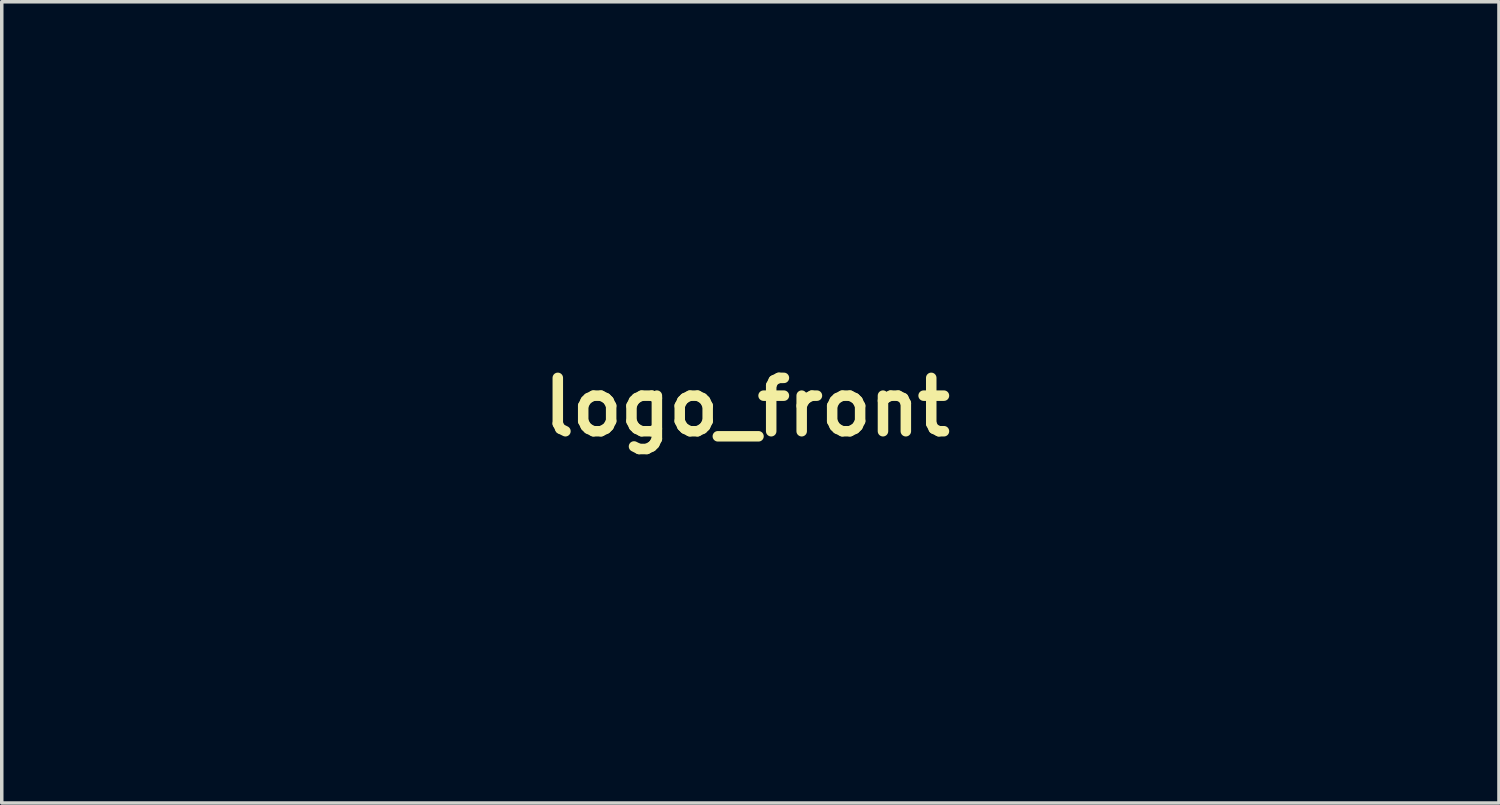
<source format=kicad_pcb>
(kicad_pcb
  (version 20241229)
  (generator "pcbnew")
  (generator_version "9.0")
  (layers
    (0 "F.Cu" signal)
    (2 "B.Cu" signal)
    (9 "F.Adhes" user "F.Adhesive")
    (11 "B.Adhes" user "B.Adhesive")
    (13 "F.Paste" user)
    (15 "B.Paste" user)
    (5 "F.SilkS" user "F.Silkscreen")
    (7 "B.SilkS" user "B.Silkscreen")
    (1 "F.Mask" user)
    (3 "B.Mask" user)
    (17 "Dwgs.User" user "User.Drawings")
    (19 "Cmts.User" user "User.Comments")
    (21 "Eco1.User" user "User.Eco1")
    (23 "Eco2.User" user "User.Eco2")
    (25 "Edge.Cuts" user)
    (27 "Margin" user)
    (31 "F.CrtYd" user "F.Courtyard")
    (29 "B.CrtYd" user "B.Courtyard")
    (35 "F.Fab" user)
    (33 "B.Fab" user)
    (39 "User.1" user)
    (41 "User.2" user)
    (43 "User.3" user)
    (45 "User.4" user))
  (footprint "logo_front"
    (layer "F.Cu")
    (at 18.291 8.579)
    (property "Reference" "logo_front" (at 0 0 0) (layer "F.SilkS") (effects (font (size 1.524 1.524) (thickness 0.3))))
    (attr through_hole)
    (fp_poly (pts (xy 3.683 0.508) (xy 2.836 0.508) (xy 2.836 -3.514) (xy 3.683 -3.514) (xy 3.683 0.508)) (stroke (width 0.01) (type solid)) (fill yes) (layer "F.Mask"))
    (fp_poly (pts (xy 16.341 2.286) (xy 12.319 2.286) (xy 12.319 1.439) (xy 16.341 1.439) (xy 16.341 2.286)) (stroke (width 0.01) (type solid)) (fill yes) (layer "F.Mask"))
    (fp_poly (pts (xy 16.341 3.852) (xy 12.319 3.852) (xy 12.319 3.006) (xy 16.341 3.006) (xy 16.341 3.852)) (stroke (width 0.01) (type solid)) (fill yes) (layer "F.Mask"))
    (fp_poly (pts (xy 16.341 5.461) (xy 12.319 5.461) (xy 12.319 4.614) (xy 16.341 4.614) (xy 16.341 5.461)) (stroke (width 0.01) (type solid)) (fill yes) (layer "F.Mask"))
    (fp_poly (pts (xy 6.308 8.001) (xy 7.154 8.001) (xy 7.154 8.297) (xy 6.011 8.297) (xy 6.011 7.154) (xy 6.308 7.154) (xy 6.308 8.001)) (stroke (width 0.01) (type solid)) (fill yes) (layer "F.Mask"))
    (fp_poly (pts (xy -3.281 2.265) (xy -4.879 2.276) (xy -6.477 2.287) (xy -6.477 3.005) (xy -4.879 3.016) (xy -3.281 3.027) (xy -3.269 3.439) (xy -3.257 3.851) (xy -6.456 3.873) (xy -6.467 4.667) (xy -6.479 5.461) (xy -7.324 5.461) (xy -7.324 1.439) (xy -3.257 1.439) (xy -3.281 2.265)) (stroke (width 0.01) (type solid)) (fill yes) (layer "F.Mask"))
    (fp_poly (pts (xy -6.994 7.159) (xy -6.957 7.187) (xy -6.944 7.261) (xy -6.943 7.366) (xy -6.943 7.578) (xy -6.35 7.578) (xy -6.35 7.154) (xy -6.054 7.154) (xy -6.054 8.297) (xy -6.35 8.297) (xy -6.35 7.874) (xy -6.943 7.874) (xy -6.943 8.086) (xy -6.945 8.211) (xy -6.963 8.273) (xy -7.007 8.295) (xy -7.07 8.297) (xy -7.197 8.297) (xy -7.197 7.154) (xy -7.07 7.154) (xy -6.994 7.159)) (stroke (width 0.01) (type solid)) (fill yes) (layer "F.Mask"))
    (fp_poly (pts (xy 10.163 7.161) (xy 10.229 7.189) (xy 10.303 7.249) (xy 10.402 7.353) (xy 10.526 7.498) (xy 10.816 7.842) (xy 10.828 7.498) (xy 10.841 7.154) (xy 11.091 7.154) (xy 11.091 8.297) (xy 10.966 8.297) (xy 10.899 8.287) (xy 10.827 8.247) (xy 10.738 8.168) (xy 10.618 8.037) (xy 10.553 7.964) (xy 10.266 7.63) (xy 10.254 7.964) (xy 10.241 8.297) (xy 9.948 8.297) (xy 9.948 7.154) (xy 10.092 7.154) (xy 10.163 7.161)) (stroke (width 0.01) (type solid)) (fill yes) (layer "F.Mask"))
    (fp_poly (pts (xy 8.382 0.508) (xy 7.499 0.508) (xy 6.364 -0.823) (xy 6.119 -1.109) (xy 5.891 -1.374) (xy 5.685 -1.612) (xy 5.508 -1.815) (xy 5.365 -1.976) (xy 5.262 -2.09) (xy 5.205 -2.149) (xy 5.196 -2.156) (xy 5.189 -2.116) (xy 5.182 -2.002) (xy 5.175 -1.823) (xy 5.17 -1.589) (xy 5.167 -1.311) (xy 5.165 -0.999) (xy 5.165 -0.826) (xy 5.165 0.508) (xy 4.318 0.508) (xy 4.318 -3.514) (xy 4.752 -3.513) (xy 5.186 -3.513) (xy 7.472 -0.841) (xy 7.483 -2.177) (xy 7.494 -3.514) (xy 8.382 -3.514) (xy 8.382 0.508)) (stroke (width 0.01) (type solid)) (fill yes) (layer "F.Mask"))
    (fp_poly (pts (xy -3.048 7.583) (xy -2.801 7.369) (xy -2.669 7.258) (xy -2.571 7.194) (xy -2.483 7.163) (xy -2.378 7.155) (xy -2.348 7.154) (xy -2.141 7.154) (xy -2.45 7.436) (xy -2.759 7.718) (xy -2.448 8.006) (xy -2.138 8.293) (xy -2.351 8.295) (xy -2.468 8.292) (xy -2.554 8.271) (xy -2.636 8.217) (xy -2.74 8.118) (xy -2.773 8.086) (xy -2.881 7.981) (xy -2.967 7.905) (xy -3.014 7.874) (xy -3.015 7.874) (xy -3.034 7.912) (xy -3.046 8.009) (xy -3.048 8.086) (xy -3.048 8.297) (xy -3.344 8.297) (xy -3.344 7.154) (xy -3.048 7.154) (xy -3.048 7.583)) (stroke (width 0.01) (type solid)) (fill yes) (layer "F.Mask"))
    (fp_poly (pts (xy 12.89 7.98) (xy 13.141 7.993) (xy 13.311 7.992) (xy 13.406 7.969) (xy 13.426 7.95) (xy 13.442 7.885) (xy 13.454 7.758) (xy 13.461 7.593) (xy 13.461 7.525) (xy 13.462 7.154) (xy 13.716 7.154) (xy 13.716 7.615) (xy 13.712 7.864) (xy 13.695 8.041) (xy 13.655 8.159) (xy 13.581 8.23) (xy 13.464 8.267) (xy 13.296 8.283) (xy 13.201 8.286) (xy 13.026 8.285) (xy 12.874 8.274) (xy 12.772 8.256) (xy 12.758 8.25) (xy 12.679 8.19) (xy 12.624 8.095) (xy 12.591 7.951) (xy 12.575 7.745) (xy 12.573 7.576) (xy 12.573 7.154) (xy 12.866 7.154) (xy 12.89 7.98)) (stroke (width 0.01) (type solid)) (fill yes) (layer "F.Mask"))
    (fp_poly (pts (xy -3.471 7.408) (xy -3.868 7.408) (xy -4.081 7.412) (xy -4.223 7.43) (xy -4.307 7.471) (xy -4.347 7.545) (xy -4.356 7.662) (xy -4.352 7.754) (xy -4.339 7.98) (xy -3.905 7.992) (xy -3.471 8.004) (xy -3.471 8.297) (xy -3.905 8.295) (xy -4.097 8.29) (xy -4.264 8.28) (xy -4.384 8.267) (xy -4.425 8.257) (xy -4.529 8.193) (xy -4.594 8.088) (xy -4.635 7.926) (xy -4.649 7.737) (xy -4.635 7.543) (xy -4.597 7.372) (xy -4.54 7.252) (xy -4.525 7.234) (xy -4.479 7.199) (xy -4.415 7.176) (xy -4.315 7.162) (xy -4.164 7.156) (xy -3.958 7.154) (xy -3.471 7.154) (xy -3.471 7.408)) (stroke (width 0.01) (type solid)) (fill yes) (layer "F.Mask"))
    (fp_poly (pts (xy -2.498 0.508) (xy -3.344 0.508) (xy -3.349 -1.63) (xy -3.886 -0.561) (xy -4.423 0.508) (xy -5.37 0.508) (xy -6.456 -1.605) (xy -6.467 -0.548) (xy -6.478 0.508) (xy -7.324 0.508) (xy -7.324 -3.514) (xy -6.454 -3.514) (xy -5.693 -2.012) (xy -5.526 -1.683) (xy -5.37 -1.379) (xy -5.229 -1.108) (xy -5.108 -0.878) (xy -5.012 -0.697) (xy -4.943 -0.572) (xy -4.907 -0.513) (xy -4.903 -0.509) (xy -4.878 -0.545) (xy -4.82 -0.649) (xy -4.732 -0.813) (xy -4.619 -1.028) (xy -4.485 -1.286) (xy -4.334 -1.58) (xy -4.17 -1.901) (xy -4.12 -2) (xy -3.365 -3.493) (xy -2.932 -3.505) (xy -2.498 -3.517) (xy -2.498 0.508)) (stroke (width 0.01) (type solid)) (fill yes) (layer "F.Mask"))
    (fp_poly (pts (xy 9.779 7.408) (xy 9.356 7.408) (xy 9.163 7.409) (xy 9.04 7.415) (xy 8.97 7.428) (xy 8.94 7.451) (xy 8.932 7.488) (xy 8.932 7.493) (xy 8.938 7.532) (xy 8.966 7.556) (xy 9.031 7.57) (xy 9.148 7.576) (xy 9.333 7.578) (xy 9.356 7.578) (xy 9.779 7.578) (xy 9.779 7.874) (xy 9.356 7.874) (xy 9.158 7.876) (xy 9.032 7.884) (xy 8.962 7.899) (xy 8.934 7.924) (xy 8.932 7.938) (xy 8.946 7.967) (xy 8.998 7.986) (xy 9.1 7.997) (xy 9.268 8.001) (xy 9.356 8.001) (xy 9.779 8.001) (xy 9.779 8.297) (xy 8.636 8.297) (xy 8.636 7.154) (xy 9.779 7.154) (xy 9.779 7.408)) (stroke (width 0.01) (type solid)) (fill yes) (layer "F.Mask"))
    (fp_poly (pts (xy 4.191 7.408) (xy 3.747 7.408) (xy 3.548 7.409) (xy 3.42 7.414) (xy 3.346 7.426) (xy 3.312 7.448) (xy 3.302 7.482) (xy 3.302 7.493) (xy 3.308 7.531) (xy 3.334 7.555) (xy 3.397 7.569) (xy 3.51 7.576) (xy 3.689 7.578) (xy 3.749 7.578) (xy 4.196 7.578) (xy 4.183 7.715) (xy 4.17 7.853) (xy 3.736 7.865) (xy 3.534 7.873) (xy 3.403 7.885) (xy 3.331 7.903) (xy 3.303 7.929) (xy 3.302 7.939) (xy 3.317 7.967) (xy 3.37 7.986) (xy 3.474 7.996) (xy 3.644 8.001) (xy 3.747 8.001) (xy 4.191 8.001) (xy 4.191 8.297) (xy 3.048 8.297) (xy 3.048 7.154) (xy 4.191 7.154) (xy 4.191 7.408)) (stroke (width 0.01) (type solid)) (fill yes) (layer "F.Mask"))
    (fp_poly (pts (xy 11.684 5.461) (xy 10.796 5.461) (xy 10.785 4.423) (xy 10.774 3.384) (xy 10.245 4.422) (xy 9.716 5.459) (xy 8.78 5.461) (xy 7.707 3.365) (xy 7.706 4.413) (xy 7.705 5.461) (xy 6.816 5.461) (xy 6.816 1.439) (xy 7.699 1.439) (xy 8.468 2.945) (xy 8.636 3.273) (xy 8.793 3.575) (xy 8.934 3.844) (xy 9.055 4.071) (xy 9.152 4.248) (xy 9.221 4.369) (xy 9.257 4.424) (xy 9.261 4.427) (xy 9.285 4.385) (xy 9.343 4.276) (xy 9.431 4.108) (xy 9.544 3.889) (xy 9.678 3.628) (xy 9.83 3.333) (xy 9.994 3.012) (xy 10.035 2.932) (xy 10.784 1.46) (xy 11.234 1.448) (xy 11.684 1.436) (xy 11.684 5.461)) (stroke (width 0.01) (type solid)) (fill yes) (layer "F.Mask"))
    (fp_poly (pts (xy 16.341 7.405) (xy 15.928 7.417) (xy 15.515 7.429) (xy 15.515 7.98) (xy 15.801 7.992) (xy 16.087 8.005) (xy 16.087 7.834) (xy 16.092 7.724) (xy 16.118 7.675) (xy 16.184 7.663) (xy 16.214 7.662) (xy 16.341 7.662) (xy 16.341 8.297) (xy 15.907 8.294) (xy 15.714 8.289) (xy 15.546 8.277) (xy 15.424 8.26) (xy 15.382 8.248) (xy 15.293 8.177) (xy 15.235 8.059) (xy 15.205 7.881) (xy 15.198 7.68) (xy 15.201 7.51) (xy 15.215 7.401) (xy 15.245 7.326) (xy 15.298 7.262) (xy 15.302 7.258) (xy 15.353 7.213) (xy 15.409 7.183) (xy 15.488 7.165) (xy 15.608 7.157) (xy 15.789 7.154) (xy 15.873 7.154) (xy 16.341 7.154) (xy 16.341 7.405)) (stroke (width 0.01) (type solid)) (fill yes) (layer "F.Mask"))
    (fp_poly (pts (xy -0.018 7.156) (xy 0.129 7.162) (xy 0.225 7.176) (xy 0.288 7.2) (xy 0.335 7.235) (xy 0.339 7.239) (xy 0.401 7.352) (xy 0.424 7.504) (xy 0.402 7.654) (xy 0.381 7.706) (xy 0.297 7.78) (xy 0.147 7.836) (xy -0.055 7.868) (xy -0.201 7.874) (xy -0.423 7.874) (xy -0.423 8.297) (xy -0.72 8.297) (xy -0.72 7.493) (xy -0.423 7.493) (xy -0.415 7.539) (xy -0.376 7.565) (xy -0.289 7.575) (xy -0.151 7.578) (xy -0.001 7.571) (xy 0.108 7.552) (xy 0.151 7.531) (xy 0.151 7.473) (xy 0.072 7.432) (xy -0.082 7.412) (xy -0.18 7.409) (xy -0.318 7.412) (xy -0.392 7.426) (xy -0.42 7.459) (xy -0.423 7.493) (xy -0.72 7.493) (xy -0.72 7.154) (xy -0.233 7.154) (xy -0.018 7.156)) (stroke (width 0.01) (type solid)) (fill yes) (layer "F.Mask"))
    (fp_poly (pts (xy 8.016 7.155) (xy 8.158 7.16) (xy 8.249 7.172) (xy 8.307 7.194) (xy 8.35 7.23) (xy 8.379 7.266) (xy 8.425 7.339) (xy 8.451 7.43) (xy 8.464 7.562) (xy 8.467 7.727) (xy 8.463 7.934) (xy 8.442 8.081) (xy 8.393 8.179) (xy 8.302 8.239) (xy 8.158 8.271) (xy 7.948 8.286) (xy 7.814 8.29) (xy 7.324 8.305) (xy 7.324 7.408) (xy 7.62 7.408) (xy 7.62 8.001) (xy 7.89 8.001) (xy 8.039 7.998) (xy 8.124 7.985) (xy 8.166 7.954) (xy 8.186 7.906) (xy 8.211 7.732) (xy 8.197 7.569) (xy 8.169 7.49) (xy 8.127 7.443) (xy 8.053 7.417) (xy 7.924 7.409) (xy 7.873 7.408) (xy 7.62 7.408) (xy 7.324 7.408) (xy 7.324 7.154) (xy 7.807 7.154) (xy 8.016 7.155)) (stroke (width 0.01) (type solid)) (fill yes) (layer "F.Mask"))
    (fp_poly (pts (xy 2.879 7.408) (xy 2.485 7.408) (xy 2.269 7.414) (xy 2.118 7.431) (xy 2.042 7.458) (xy 2.04 7.459) (xy 2.009 7.533) (xy 1.992 7.656) (xy 1.991 7.793) (xy 2.008 7.911) (xy 2.015 7.934) (xy 2.042 7.966) (xy 2.103 7.986) (xy 2.214 7.997) (xy 2.389 8.001) (xy 2.46 8.001) (xy 2.879 8.001) (xy 2.879 8.297) (xy 2.445 8.295) (xy 2.252 8.29) (xy 2.083 8.28) (xy 1.961 8.265) (xy 1.918 8.255) (xy 1.835 8.203) (xy 1.78 8.116) (xy 1.749 7.981) (xy 1.736 7.782) (xy 1.736 7.694) (xy 1.738 7.514) (xy 1.749 7.398) (xy 1.772 7.323) (xy 1.814 7.266) (xy 1.834 7.246) (xy 1.885 7.206) (xy 1.946 7.179) (xy 2.035 7.164) (xy 2.171 7.156) (xy 2.371 7.154) (xy 2.405 7.154) (xy 2.879 7.154) (xy 2.879 7.408)) (stroke (width 0.01) (type solid)) (fill yes) (layer "F.Mask"))
    (fp_poly (pts (xy -0.847 7.405) (xy -1.281 7.417) (xy -1.482 7.425) (xy -1.612 7.437) (xy -1.684 7.454) (xy -1.713 7.48) (xy -1.714 7.493) (xy -1.692 7.531) (xy -1.616 7.555) (xy -1.471 7.567) (xy -1.46 7.567) (xy -1.226 7.585) (xy -1.064 7.619) (xy -0.962 7.678) (xy -0.908 7.77) (xy -0.889 7.901) (xy -0.889 7.934) (xy -0.898 8.063) (xy -0.934 8.156) (xy -1.007 8.218) (xy -1.131 8.258) (xy -1.316 8.28) (xy -1.549 8.29) (xy -2.032 8.305) (xy -2.032 8.004) (xy -1.602 7.992) (xy -1.381 7.98) (xy -1.233 7.962) (xy -1.159 7.939) (xy -1.162 7.914) (xy -1.243 7.89) (xy -1.406 7.869) (xy -1.486 7.863) (xy -1.711 7.837) (xy -1.863 7.791) (xy -1.956 7.716) (xy -2 7.603) (xy -2.009 7.488) (xy -1.998 7.362) (xy -1.959 7.271) (xy -1.88 7.211) (xy -1.749 7.175) (xy -1.556 7.158) (xy -1.329 7.154) (xy -0.847 7.154) (xy -0.847 7.405)) (stroke (width 0.01) (type solid)) (fill yes) (layer "F.Mask"))
    (fp_poly (pts (xy -4.959 7.657) (xy -4.875 7.853) (xy -4.802 8.025) (xy -4.747 8.155) (xy -4.717 8.227) (xy -4.715 8.231) (xy -4.716 8.277) (xy -4.775 8.295) (xy -4.836 8.297) (xy -4.949 8.282) (xy -5.014 8.223) (xy -5.03 8.191) (xy -5.065 8.132) (xy -5.119 8.1) (xy -5.214 8.088) (xy -5.332 8.086) (xy -5.475 8.089) (xy -5.554 8.103) (xy -5.594 8.137) (xy -5.613 8.191) (xy -5.644 8.262) (xy -5.708 8.292) (xy -5.802 8.297) (xy -5.965 8.297) (xy -5.906 8.16) (xy -5.778 7.858) (xy -5.737 7.765) (xy -5.404 7.765) (xy -5.355 7.788) (xy -5.319 7.789) (xy -5.25 7.783) (xy -5.235 7.746) (xy -5.262 7.663) (xy -5.305 7.58) (xy -5.345 7.579) (xy -5.385 7.661) (xy -5.396 7.694) (xy -5.404 7.765) (xy -5.737 7.765) (xy -5.677 7.625) (xy -5.598 7.452) (xy -5.537 7.33) (xy -5.488 7.249) (xy -5.445 7.201) (xy -5.404 7.176) (xy -5.359 7.166) (xy -5.327 7.163) (xy -5.176 7.15) (xy -4.959 7.657)) (stroke (width 0.01) (type solid)) (fill yes) (layer "F.Mask"))
    (fp_poly (pts (xy 1.42 7.701) (xy 1.505 7.896) (xy 1.576 8.064) (xy 1.626 8.189) (xy 1.65 8.256) (xy 1.651 8.262) (xy 1.614 8.285) (xy 1.522 8.297) (xy 1.504 8.297) (xy 1.398 8.286) (xy 1.347 8.24) (xy 1.33 8.191) (xy 1.309 8.134) (xy 1.268 8.102) (xy 1.187 8.088) (xy 1.043 8.086) (xy 1.037 8.086) (xy 0.891 8.088) (xy 0.808 8.101) (xy 0.766 8.132) (xy 0.745 8.189) (xy 0.745 8.191) (xy 0.71 8.265) (xy 0.64 8.294) (xy 0.571 8.297) (xy 0.473 8.288) (xy 0.425 8.266) (xy 0.423 8.261) (xy 0.439 8.211) (xy 0.484 8.098) (xy 0.55 7.94) (xy 0.631 7.75) (xy 0.641 7.727) (xy 0.942 7.727) (xy 0.949 7.775) (xy 1.017 7.789) (xy 1.037 7.789) (xy 1.117 7.783) (xy 1.143 7.77) (xy 1.127 7.722) (xy 1.093 7.641) (xy 1.043 7.531) (xy 0.988 7.628) (xy 0.942 7.727) (xy 0.641 7.727) (xy 0.653 7.7) (xy 0.883 7.176) (xy 1.189 7.176) (xy 1.42 7.701)) (stroke (width 0.01) (type solid)) (fill yes) (layer "F.Mask"))
    (fp_poly (pts (xy 0.815 -3.08) (xy 1.086 -2.459) (xy 1.333 -1.89) (xy 1.556 -1.375) (xy 1.753 -0.918) (xy 1.924 -0.522) (xy 2.066 -0.188) (xy 2.178 0.08) (xy 2.261 0.278) (xy 2.311 0.405) (xy 2.328 0.458) (xy 2.328 0.458) (xy 2.306 0.482) (xy 2.231 0.497) (xy 2.094 0.502) (xy 1.884 0.499) (xy 1.878 0.499) (xy 1.428 0.487) (xy 0.81 -0.942) (xy 0.669 -1.267) (xy 0.538 -1.565) (xy 0.421 -1.83) (xy 0.322 -2.051) (xy 0.244 -2.22) (xy 0.192 -2.329) (xy 0.17 -2.37) (xy 0.17 -2.37) (xy 0.149 -2.332) (xy 0.098 -2.225) (xy 0.022 -2.058) (xy -0.076 -1.838) (xy -0.192 -1.575) (xy -0.322 -1.278) (xy -0.463 -0.954) (xy -0.468 -0.941) (xy -1.084 0.487) (xy -1.558 0.499) (xy -2.032 0.511) (xy -1.934 0.287) (xy -1.897 0.202) (xy -1.83 0.049) (xy -1.737 -0.164) (xy -1.623 -0.428) (xy -1.49 -0.734) (xy -1.343 -1.072) (xy -1.186 -1.434) (xy -1.06 -1.725) (xy -0.284 -3.514) (xy 0.626 -3.514) (xy 0.815 -3.08)) (stroke (width 0.01) (type solid)) (fill yes) (layer "F.Mask"))
    (fp_poly (pts (xy 11.994 7.157) (xy 12.169 7.171) (xy 12.284 7.209) (xy 12.352 7.28) (xy 12.386 7.396) (xy 12.397 7.567) (xy 12.398 7.718) (xy 12.395 7.928) (xy 12.379 8.077) (xy 12.335 8.176) (xy 12.253 8.236) (xy 12.12 8.269) (xy 11.922 8.284) (xy 11.743 8.29) (xy 11.261 8.305) (xy 11.261 7.938) (xy 11.557 7.938) (xy 11.57 7.973) (xy 11.622 7.992) (xy 11.728 7.996) (xy 11.843 7.992) (xy 11.989 7.98) (xy 12.087 7.96) (xy 12.118 7.938) (xy 12.074 7.914) (xy 11.969 7.894) (xy 11.833 7.883) (xy 11.681 7.879) (xy 11.597 7.888) (xy 11.562 7.913) (xy 11.557 7.938) (xy 11.261 7.938) (xy 11.261 7.493) (xy 11.557 7.493) (xy 11.566 7.539) (xy 11.604 7.565) (xy 11.691 7.575) (xy 11.83 7.578) (xy 11.98 7.571) (xy 12.089 7.552) (xy 12.131 7.531) (xy 12.132 7.473) (xy 12.053 7.432) (xy 11.899 7.412) (xy 11.8 7.409) (xy 11.662 7.412) (xy 11.589 7.426) (xy 11.561 7.459) (xy 11.557 7.493) (xy 11.261 7.493) (xy 11.261 7.154) (xy 11.748 7.154) (xy 11.994 7.157)) (stroke (width 0.01) (type solid)) (fill yes) (layer "F.Mask"))
    (fp_poly (pts (xy 5.472 7.157) (xy 5.591 7.166) (xy 5.668 7.188) (xy 5.724 7.227) (xy 5.75 7.252) (xy 5.796 7.312) (xy 5.824 7.386) (xy 5.837 7.496) (xy 5.842 7.663) (xy 5.842 7.713) (xy 5.836 7.94) (xy 5.81 8.097) (xy 5.751 8.196) (xy 5.646 8.253) (xy 5.484 8.281) (xy 5.318 8.291) (xy 5.141 8.297) (xy 5.026 8.294) (xy 4.95 8.276) (xy 4.89 8.237) (xy 4.823 8.174) (xy 4.759 8.106) (xy 4.721 8.046) (xy 4.703 7.97) (xy 4.699 7.855) (xy 4.7 7.827) (xy 4.998 7.827) (xy 5.015 7.929) (xy 5.067 7.98) (xy 5.17 7.999) (xy 5.286 8.001) (xy 5.439 7.995) (xy 5.526 7.973) (xy 5.562 7.934) (xy 5.585 7.821) (xy 5.587 7.684) (xy 5.571 7.554) (xy 5.539 7.466) (xy 5.528 7.454) (xy 5.449 7.426) (xy 5.317 7.415) (xy 5.242 7.417) (xy 5.016 7.429) (xy 5.004 7.657) (xy 4.998 7.827) (xy 4.7 7.827) (xy 4.705 7.679) (xy 4.72 7.466) (xy 4.754 7.32) (xy 4.819 7.228) (xy 4.931 7.178) (xy 5.102 7.158) (xy 5.289 7.154) (xy 5.472 7.157)) (stroke (width 0.01) (type solid)) (fill yes) (layer "F.Mask"))
    (fp_poly (pts (xy 14.587 7.156) (xy 14.734 7.162) (xy 14.83 7.176) (xy 14.893 7.2) (xy 14.94 7.235) (xy 14.944 7.239) (xy 15.016 7.359) (xy 15.032 7.501) (xy 15.001 7.641) (xy 14.928 7.757) (xy 14.821 7.825) (xy 14.764 7.833) (xy 14.725 7.842) (xy 14.731 7.873) (xy 14.786 7.937) (xy 14.898 8.043) (xy 14.922 8.065) (xy 15.177 8.295) (xy 14.965 8.296) (xy 14.849 8.291) (xy 14.758 8.268) (xy 14.665 8.214) (xy 14.544 8.117) (xy 14.506 8.085) (xy 14.384 7.984) (xy 14.284 7.91) (xy 14.225 7.875) (xy 14.221 7.874) (xy 14.198 7.912) (xy 14.184 8.009) (xy 14.182 8.086) (xy 14.182 8.297) (xy 13.885 8.297) (xy 13.885 7.493) (xy 14.182 7.493) (xy 14.19 7.539) (xy 14.229 7.565) (xy 14.316 7.575) (xy 14.454 7.578) (xy 14.604 7.571) (xy 14.713 7.552) (xy 14.756 7.531) (xy 14.756 7.473) (xy 14.677 7.432) (xy 14.523 7.412) (xy 14.425 7.409) (xy 14.287 7.412) (xy 14.213 7.426) (xy 14.185 7.459) (xy 14.182 7.493) (xy 13.885 7.493) (xy 13.885 7.154) (xy 14.372 7.154) (xy 14.587 7.156)) (stroke (width 0.01) (type solid)) (fill yes) (layer "F.Mask"))
    (fp_poly (pts (xy 5.478 3.375) (xy 5.644 3.757) (xy 5.8 4.118) (xy 5.942 4.449) (xy 6.068 4.742) (xy 6.174 4.99) (xy 6.257 5.185) (xy 6.313 5.319) (xy 6.339 5.385) (xy 6.34 5.388) (xy 6.343 5.421) (xy 6.32 5.442) (xy 6.258 5.453) (xy 6.143 5.456) (xy 5.96 5.453) (xy 5.901 5.452) (xy 5.441 5.44) (xy 4.861 4.106) (xy 4.722 3.787) (xy 4.592 3.489) (xy 4.474 3.221) (xy 4.374 2.993) (xy 4.296 2.816) (xy 4.244 2.7) (xy 4.225 2.658) (xy 4.21 2.631) (xy 4.192 2.621) (xy 4.17 2.634) (xy 4.138 2.676) (xy 4.094 2.754) (xy 4.035 2.876) (xy 3.956 3.047) (xy 3.855 3.274) (xy 3.728 3.565) (xy 3.572 3.925) (xy 3.539 4.002) (xy 2.908 5.461) (xy 2.449 5.461) (xy 2.263 5.458) (xy 2.114 5.451) (xy 2.018 5.44) (xy 1.992 5.429) (xy 2.009 5.385) (xy 2.056 5.271) (xy 2.131 5.095) (xy 2.23 4.863) (xy 2.351 4.583) (xy 2.489 4.263) (xy 2.642 3.91) (xy 2.806 3.531) (xy 2.85 3.429) (xy 3.707 1.46) (xy 4.172 1.449) (xy 4.636 1.437) (xy 5.478 3.375)) (stroke (width 0.01) (type solid)) (fill yes) (layer "F.Mask"))
    (fp_poly (pts (xy -10.066 -8.571) (xy -9.878 -8.501) (xy -9.707 -8.369) (xy -9.575 -8.198) (xy -9.505 -8.01) (xy -9.511 -7.807) (xy -9.585 -7.602) (xy -9.715 -7.423) (xy -9.832 -7.327) (xy -9.991 -7.225) (xy -9.991 -4.319) (xy -11.785 -2.344) (xy -13.58 -0.369) (xy -13.517 -0.219) (xy -13.476 -0.018) (xy -13.505 0.189) (xy -13.595 0.383) (xy -13.735 0.539) (xy -13.868 0.618) (xy -14.088 0.671) (xy -14.315 0.658) (xy -14.469 0.607) (xy -14.644 0.477) (xy -14.757 0.292) (xy -14.807 0.05) (xy -14.808 0.045) (xy -14.792 -0.181) (xy -14.705 -0.373) (xy -14.54 -0.542) (xy -14.51 -0.565) (xy -14.385 -0.619) (xy -14.21 -0.648) (xy -14.016 -0.649) (xy -13.878 -0.629) (xy -13.838 -0.652) (xy -13.752 -0.727) (xy -13.618 -0.857) (xy -13.437 -1.044) (xy -13.205 -1.287) (xy -12.922 -1.59) (xy -12.587 -1.953) (xy -12.198 -2.378) (xy -12.069 -2.519) (xy -10.332 -4.424) (xy -10.331 -5.822) (xy -10.329 -7.22) (xy -10.482 -7.302) (xy -10.659 -7.44) (xy -10.779 -7.623) (xy -10.838 -7.831) (xy -10.83 -8.045) (xy -10.75 -8.246) (xy -10.742 -8.259) (xy -10.598 -8.411) (xy -10.411 -8.521) (xy -10.207 -8.574) (xy -10.066 -8.571)) (stroke (width 0.01) (type solid)) (fill yes) (layer "F.Mask"))
    (fp_poly (pts (xy -0.714 1.44) (xy -0.352 1.442) (xy -0.057 1.448) (xy 0.181 1.457) (xy 0.371 1.472) (xy 0.522 1.493) (xy 0.643 1.521) (xy 0.744 1.558) (xy 0.833 1.604) (xy 0.921 1.66) (xy 0.961 1.689) (xy 1.144 1.873) (xy 1.27 2.119) (xy 1.337 2.426) (xy 1.346 2.521) (xy 1.339 2.88) (xy 1.268 3.184) (xy 1.134 3.432) (xy 0.937 3.623) (xy 0.678 3.757) (xy 0.356 3.834) (xy 0.214 3.849) (xy -0.148 3.873) (xy 0.741 4.631) (xy 0.975 4.831) (xy 1.189 5.014) (xy 1.374 5.172) (xy 1.522 5.298) (xy 1.623 5.385) (xy 1.669 5.424) (xy 1.67 5.425) (xy 1.644 5.437) (xy 1.547 5.448) (xy 1.391 5.456) (xy 1.189 5.46) (xy 1.048 5.461) (xy 0.385 5.461) (xy -0.558 4.657) (xy -1.501 3.852) (xy -2.667 3.852) (xy -2.667 3.006) (xy -1.269 3.006) (xy -0.868 3.005) (xy -0.543 3.003) (xy -0.285 2.999) (xy -0.086 2.992) (xy 0.062 2.983) (xy 0.169 2.971) (xy 0.243 2.956) (xy 0.276 2.944) (xy 0.418 2.849) (xy 0.491 2.724) (xy 0.493 2.587) (xy 0.425 2.457) (xy 0.296 2.36) (xy 0.248 2.34) (xy 0.188 2.323) (xy 0.106 2.311) (xy -0.006 2.301) (xy -0.159 2.295) (xy -0.361 2.29) (xy -0.622 2.287) (xy -0.95 2.286) (xy -1.259 2.286) (xy -2.667 2.286) (xy -2.667 1.439) (xy -1.151 1.439) (xy -0.714 1.44)) (stroke (width 0.01) (type solid)) (fill yes) (layer "F.Mask"))
    (fp_poly (pts (xy -15.281 -6.913) (xy -15.08 -6.823) (xy -14.926 -6.67) (xy -14.832 -6.463) (xy -14.819 -6.406) (xy -14.814 -6.171) (xy -14.88 -5.963) (xy -15.006 -5.792) (xy -15.179 -5.67) (xy -15.388 -5.608) (xy -15.62 -5.617) (xy -15.664 -5.626) (xy -15.872 -5.68) (xy -16.906 -4.713) (xy -17.941 -3.747) (xy -17.949 4.382) (xy -16.866 5.514) (xy -16.581 5.811) (xy -16.349 6.051) (xy -16.162 6.241) (xy -16.017 6.385) (xy -15.907 6.488) (xy -15.826 6.556) (xy -15.769 6.594) (xy -15.73 6.608) (xy -15.705 6.604) (xy -15.53 6.555) (xy -15.334 6.573) (xy -15.138 6.651) (xy -14.963 6.782) (xy -14.884 6.872) (xy -14.814 7.029) (xy -14.79 7.223) (xy -14.814 7.422) (xy -14.884 7.594) (xy -14.897 7.614) (xy -15.022 7.739) (xy -15.19 7.842) (xy -15.365 7.904) (xy -15.452 7.914) (xy -15.556 7.897) (xy -15.69 7.853) (xy -15.731 7.836) (xy -15.92 7.707) (xy -16.047 7.527) (xy -16.11 7.307) (xy -16.102 7.058) (xy -16.076 6.943) (xy -16.073 6.911) (xy -16.084 6.871) (xy -16.114 6.816) (xy -16.169 6.741) (xy -16.254 6.64) (xy -16.375 6.506) (xy -16.535 6.333) (xy -16.742 6.115) (xy -16.999 5.846) (xy -17.166 5.673) (xy -18.286 4.508) (xy -18.283 -3.873) (xy -17.189 -4.889) (xy -16.899 -5.158) (xy -16.666 -5.375) (xy -16.484 -5.548) (xy -16.345 -5.682) (xy -16.246 -5.785) (xy -16.178 -5.861) (xy -16.138 -5.919) (xy -16.118 -5.964) (xy -16.114 -6.003) (xy -16.118 -6.042) (xy -16.12 -6.054) (xy -16.137 -6.325) (xy -16.085 -6.555) (xy -15.97 -6.736) (xy -15.796 -6.862) (xy -15.567 -6.927) (xy -15.519 -6.932) (xy -15.281 -6.913)) (stroke (width 0.01) (type solid)) (fill yes) (layer "F.Mask"))
    (fp_poly (pts (xy -10.74 0.817) (xy -10.6 0.854) (xy -10.471 0.894) (xy -9.963 1.094) (xy -9.497 1.364) (xy -9.08 1.697) (xy -8.718 2.088) (xy -8.415 2.531) (xy -8.179 3.019) (xy -8.017 3.535) (xy -7.973 3.799) (xy -7.951 4.109) (xy -7.95 4.442) (xy -7.97 4.774) (xy -8.009 5.083) (xy -8.065 5.345) (xy -8.105 5.463) (xy -8.094 5.513) (xy -8.027 5.588) (xy -7.897 5.694) (xy -7.794 5.77) (xy -7.457 6.011) (xy 17.131 6.011) (xy 17.233 5.856) (xy 17.4 5.662) (xy 17.592 5.546) (xy 17.802 5.51) (xy 18.023 5.555) (xy 18.084 5.582) (xy 18.282 5.72) (xy 18.414 5.903) (xy 18.471 6.122) (xy 18.474 6.177) (xy 18.437 6.416) (xy 18.331 6.612) (xy 18.166 6.755) (xy 17.95 6.836) (xy 17.874 6.848) (xy 17.632 6.835) (xy 17.43 6.748) (xy 17.268 6.586) (xy 17.234 6.534) (xy 17.124 6.353) (xy -7.541 6.35) (xy -7.898 6.097) (xy -8.254 5.843) (xy -8.344 6.023) (xy -8.604 6.447) (xy -8.932 6.829) (xy -9.316 7.16) (xy -9.747 7.433) (xy -10.214 7.639) (xy -10.42 7.704) (xy -10.621 7.758) (xy -10.753 7.785) (xy -10.83 7.778) (xy -10.867 7.732) (xy -10.876 7.641) (xy -10.871 7.507) (xy -10.858 7.224) (xy -10.562 7.134) (xy -10.096 6.951) (xy -9.685 6.705) (xy -9.332 6.401) (xy -9.039 6.043) (xy -8.812 5.636) (xy -8.651 5.183) (xy -8.561 4.69) (xy -8.542 4.339) (xy -8.569 3.859) (xy -8.658 3.426) (xy -8.816 3.027) (xy -9.047 2.65) (xy -9.356 2.281) (xy -9.418 2.217) (xy -9.601 2.038) (xy -9.752 1.905) (xy -9.893 1.804) (xy -10.047 1.715) (xy -10.16 1.659) (xy -10.343 1.577) (xy -10.519 1.504) (xy -10.661 1.452) (xy -10.7 1.441) (xy -10.88 1.394) (xy -10.88 1.099) (xy -10.878 0.949) (xy -10.864 0.857) (xy -10.823 0.816) (xy -10.74 0.817)) (stroke (width 0.01) (type solid)) (fill yes) (layer "F.Mask"))
    (fp_poly (pts (xy -15.827 -4.507) (xy -15.633 -4.44) (xy -15.471 -4.316) (xy -15.353 -4.143) (xy -15.293 -3.932) (xy -15.291 -3.789) (xy -15.346 -3.551) (xy -15.464 -3.367) (xy -15.641 -3.242) (xy -15.79 -3.171) (xy -15.79 -1.363) (xy -15.789 0.445) (xy -14.973 1.19) (xy -14.157 1.935) (xy -13.905 1.701) (xy -13.62 1.464) (xy -13.302 1.251) (xy -12.972 1.071) (xy -12.653 0.937) (xy -12.393 0.867) (xy -12.234 0.837) (xy -12.234 1.427) (xy -12.493 1.516) (xy -12.906 1.7) (xy -13.289 1.956) (xy -13.634 2.273) (xy -13.928 2.641) (xy -14.162 3.048) (xy -14.292 3.372) (xy -14.343 3.535) (xy -14.377 3.673) (xy -14.398 3.81) (xy -14.409 3.97) (xy -14.412 4.177) (xy -14.412 4.318) (xy -14.41 4.565) (xy -14.401 4.751) (xy -14.384 4.9) (xy -14.356 5.036) (xy -14.313 5.182) (xy -14.296 5.234) (xy -14.11 5.662) (xy -13.853 6.061) (xy -13.535 6.419) (xy -13.167 6.726) (xy -12.761 6.969) (xy -12.457 7.097) (xy -12.234 7.174) (xy -12.234 7.482) (xy -12.236 7.631) (xy -12.239 7.739) (xy -12.244 7.787) (xy -12.245 7.787) (xy -12.287 7.774) (xy -12.389 7.742) (xy -12.53 7.696) (xy -12.552 7.689) (xy -13.06 7.48) (xy -13.521 7.207) (xy -13.93 6.875) (xy -14.281 6.491) (xy -14.571 6.061) (xy -14.794 5.592) (xy -14.945 5.09) (xy -15.02 4.561) (xy -15.028 4.327) (xy -14.994 3.786) (xy -14.891 3.286) (xy -14.714 2.813) (xy -14.54 2.484) (xy -14.466 2.354) (xy -14.413 2.252) (xy -14.393 2.2) (xy -14.423 2.163) (xy -14.508 2.076) (xy -14.64 1.948) (xy -14.811 1.787) (xy -15.012 1.599) (xy -15.237 1.393) (xy -15.261 1.371) (xy -16.129 0.58) (xy -16.129 -3.173) (xy -16.251 -3.236) (xy -16.437 -3.374) (xy -16.559 -3.551) (xy -16.616 -3.751) (xy -16.61 -3.958) (xy -16.54 -4.156) (xy -16.406 -4.328) (xy -16.255 -4.435) (xy -16.039 -4.509) (xy -15.827 -4.507)) (stroke (width 0.01) (type solid)) (fill yes) (layer "F.Mask"))
    (fp_poly (pts (xy -10.908 1.964) (xy -10.81 1.984) (xy -10.763 1.989) (xy -10.731 2.02) (xy -10.719 2.117) (xy -10.721 2.233) (xy -10.725 2.37) (xy -10.715 2.444) (xy -10.682 2.477) (xy -10.618 2.489) (xy -10.613 2.49) (xy -10.468 2.464) (xy -10.344 2.39) (xy -10.194 2.275) (xy -10.107 2.362) (xy -10.05 2.434) (xy -10.048 2.507) (xy -10.072 2.575) (xy -10.11 2.735) (xy -10.087 2.865) (xy -10.022 2.938) (xy -9.958 2.957) (xy -9.869 2.936) (xy -9.754 2.881) (xy -9.637 2.822) (xy -9.566 2.81) (xy -9.512 2.852) (xy -9.447 2.958) (xy -9.436 2.976) (xy -9.419 3.043) (xy -9.463 3.106) (xy -9.499 3.136) (xy -9.609 3.259) (xy -9.636 3.388) (xy -9.608 3.475) (xy -9.566 3.53) (xy -9.501 3.552) (xy -9.386 3.549) (xy -9.357 3.547) (xy -9.234 3.538) (xy -9.168 3.552) (xy -9.132 3.604) (xy -9.108 3.677) (xy -9.08 3.776) (xy -9.07 3.831) (xy -9.071 3.834) (xy -9.112 3.854) (xy -9.206 3.896) (xy -9.284 3.93) (xy -9.404 3.988) (xy -9.463 4.038) (xy -9.478 4.099) (xy -9.475 4.137) (xy -9.446 4.224) (xy -9.369 4.291) (xy -9.282 4.336) (xy -9.167 4.397) (xy -9.114 4.458) (xy -9.102 4.532) (xy -9.113 4.607) (xy -9.16 4.652) (xy -9.266 4.688) (xy -9.286 4.693) (xy -9.454 4.757) (xy -9.543 4.84) (xy -9.553 4.935) (xy -9.481 5.034) (xy -9.376 5.105) (xy -9.282 5.163) (xy -9.232 5.211) (xy -9.229 5.219) (xy -9.246 5.277) (xy -9.285 5.364) (xy -9.325 5.439) (xy -9.335 5.452) (xy -9.378 5.45) (xy -9.476 5.431) (xy -9.537 5.417) (xy -9.684 5.39) (xy -9.786 5.403) (xy -9.817 5.416) (xy -9.89 5.478) (xy -9.894 5.559) (xy -9.83 5.67) (xy -9.794 5.715) (xy -9.681 5.848) (xy -9.792 5.959) (xy -9.868 6.029) (xy -9.925 6.045) (xy -10.004 6.014) (xy -10.042 5.994) (xy -10.165 5.947) (xy -10.277 5.932) (xy -10.288 5.933) (xy -10.349 5.949) (xy -10.38 5.989) (xy -10.388 6.077) (xy -10.387 6.167) (xy -10.388 6.298) (xy -10.406 6.371) (xy -10.454 6.414) (xy -10.502 6.436) (xy -10.585 6.462) (xy -10.646 6.445) (xy -10.718 6.374) (xy -10.734 6.355) (xy -10.855 6.254) (xy -10.971 6.232) (xy -11.066 6.283) (xy -11.123 6.401) (xy -11.134 6.501) (xy -11.139 6.595) (xy -11.172 6.636) (xy -11.257 6.646) (xy -11.3 6.646) (xy -11.41 6.639) (xy -11.464 6.605) (xy -11.492 6.527) (xy -11.493 6.524) (xy -11.543 6.402) (xy -11.622 6.312) (xy -11.709 6.275) (xy -11.745 6.28) (xy -11.806 6.328) (xy -11.888 6.421) (xy -11.927 6.474) (xy -12.001 6.579) (xy -12.051 6.628) (xy -12.1 6.63) (xy -12.173 6.599) (xy -12.181 6.595) (xy -12.246 6.545) (xy -12.273 6.459) (xy -12.277 6.373) (xy -12.3 6.209) (xy -12.365 6.116) (xy -12.462 6.098) (xy -12.582 6.159) (xy -12.657 6.23) (xy -12.737 6.311) (xy -12.791 6.338) (xy -12.849 6.317) (xy -12.887 6.293) (xy -12.96 6.231) (xy -12.969 6.164) (xy -12.953 6.114) (xy -12.917 5.962) (xy -12.92 5.823) (xy -12.963 5.726) (xy -12.971 5.718) (xy -13.043 5.699) (xy -13.161 5.727) (xy -13.334 5.805) (xy -13.385 5.832) (xy -13.422 5.809) (xy -13.474 5.732) (xy -13.485 5.711) (xy -13.529 5.617) (xy -13.528 5.564) (xy -13.482 5.516) (xy -13.471 5.507) (xy -13.373 5.391) (xy -13.351 5.272) (xy -13.397 5.169) (xy -13.505 5.099) (xy -13.631 5.08) (xy -13.746 5.067) (xy -13.811 5.018) (xy -13.836 4.972) (xy -13.871 4.892) (xy -13.873 4.844) (xy -13.828 4.807) (xy -13.723 4.758) (xy -13.695 4.746) (xy -13.564 4.673) (xy -13.508 4.602) (xy -13.504 4.577) (xy -13.509 4.567) (xy -12.994 4.567) (xy -12.961 4.601) (xy -12.874 4.675) (xy -12.746 4.776) (xy -12.61 4.88) (xy -12.228 5.166) (xy -12.147 5.07) (xy -12.072 4.975) (xy -11.981 4.852) (xy -11.952 4.811) (xy -11.836 4.649) (xy -11.927 4.579) (xy -11.988 4.52) (xy -11.984 4.466) (xy -11.958 4.428) (xy -11.893 4.375) (xy -11.844 4.389) (xy -11.659 4.531) (xy -11.533 4.635) (xy -11.46 4.709) (xy -11.428 4.764) (xy -11.431 4.808) (xy -11.441 4.828) (xy -11.484 4.881) (xy -11.534 4.877) (xy -11.592 4.842) (xy -11.674 4.805) (xy -11.723 4.811) (xy -11.78 4.883) (xy -11.86 4.989) (xy -11.943 5.102) (xy -12.01 5.195) (xy -12.038 5.237) (xy -12.019 5.286) (xy -11.934 5.376) (xy -11.788 5.501) (xy -11.68 5.586) (xy -11.293 5.886) (xy -11.11 5.642) (xy -11.02 5.51) (xy -10.969 5.411) (xy -10.964 5.36) (xy -10.953 5.315) (xy -10.9 5.219) (xy -10.813 5.086) (xy -10.704 4.931) (xy -10.582 4.768) (xy -10.457 4.613) (xy -10.408 4.555) (xy -10.352 4.545) (xy -10.315 4.566) (xy -10.274 4.58) (xy -10.221 4.55) (xy -10.144 4.465) (xy -10.077 4.379) (xy -9.991 4.261) (xy -9.932 4.173) (xy -9.912 4.133) (xy -9.913 4.132) (xy -9.95 4.104) (xy -10.041 4.035) (xy -10.17 3.937) (xy -10.298 3.839) (xy -10.451 3.725) (xy -10.581 3.632) (xy -10.672 3.573) (xy -10.707 3.556) (xy -10.75 3.588) (xy -10.825 3.67) (xy -10.905 3.773) (xy -10.99 3.893) (xy -11.028 3.965) (xy -11.026 4.01) (xy -10.993 4.042) (xy -10.93 4.113) (xy -10.944 4.187) (xy -11.001 4.249) (xy -11.047 4.284) (xy -11.094 4.287) (xy -11.161 4.253) (xy -11.268 4.174) (xy -11.308 4.143) (xy -11.424 4.053) (xy -11.511 3.985) (xy -11.55 3.955) (xy -11.55 3.955) (xy -11.539 3.917) (xy -11.494 3.838) (xy -11.491 3.834) (xy -11.435 3.76) (xy -11.385 3.751) (xy -11.325 3.784) (xy -11.27 3.814) (xy -11.224 3.808) (xy -11.168 3.755) (xy -11.082 3.646) (xy -11.077 3.638) (xy -10.995 3.524) (xy -10.939 3.435) (xy -10.922 3.398) (xy -10.954 3.36) (xy -11.04 3.284) (xy -11.167 3.18) (xy -11.303 3.074) (xy -11.475 2.944) (xy -11.596 2.863) (xy -11.682 2.832) (xy -11.752 2.849) (xy -11.821 2.916) (xy -11.906 3.031) (xy -11.93 3.065) (xy -12.006 3.176) (xy -12.034 3.241) (xy -12.019 3.279) (xy -12 3.292) (xy -11.979 3.318) (xy -11.988 3.367) (xy -12.034 3.449) (xy -12.124 3.577) (xy -12.223 3.707) (xy -12.344 3.859) (xy -12.452 3.981) (xy -12.534 4.061) (xy -12.574 4.085) (xy -12.624 4.116) (xy -12.707 4.194) (xy -12.803 4.298) (xy -12.895 4.409) (xy -12.965 4.504) (xy -12.994 4.564) (xy -12.994 4.567) (xy -13.509 4.567) (xy -13.54 4.49) (xy -13.629 4.397) (xy -13.745 4.322) (xy -13.82 4.294) (xy -13.881 4.262) (xy -13.898 4.192) (xy -13.894 4.131) (xy -13.876 4.04) (xy -13.835 4.001) (xy -13.743 3.994) (xy -13.713 3.995) (xy -13.553 3.973) (xy -13.458 3.906) (xy -13.434 3.81) (xy -13.484 3.697) (xy -13.589 3.598) (xy -13.669 3.531) (xy -13.689 3.468) (xy -13.669 3.391) (xy -13.635 3.316) (xy -13.586 3.286) (xy -13.491 3.286) (xy -13.445 3.291) (xy -13.291 3.291) (xy -13.166 3.258) (xy -13.092 3.2) (xy -13.081 3.162) (xy -13.1 3.095) (xy -13.147 2.989) (xy -13.169 2.946) (xy -13.257 2.782) (xy -13.046 2.57) (xy -12.931 2.661) (xy -12.83 2.724) (xy -12.742 2.752) (xy -12.738 2.752) (xy -12.644 2.714) (xy -12.576 2.617) (xy -12.547 2.486) (xy -12.552 2.404) (xy -12.562 2.301) (xy -12.53 2.244) (xy -12.464 2.208) (xy -12.386 2.18) (xy -12.328 2.196) (xy -12.258 2.265) (xy -12.236 2.291) (xy -12.151 2.378) (xy -12.078 2.406) (xy -12.009 2.398) (xy -11.929 2.359) (xy -11.876 2.279) (xy -11.845 2.183) (xy -11.804 2.062) (xy -11.75 2) (xy -11.672 1.972) (xy -11.551 1.962) (xy -11.49 2.001) (xy -11.472 2.101) (xy -11.472 2.111) (xy -11.448 2.259) (xy -11.385 2.341) (xy -11.298 2.355) (xy -11.2 2.302) (xy -11.108 2.18) (xy -11.083 2.13) (xy -11.026 2.015) (xy -10.977 1.964) (xy -10.918 1.961) (xy -10.908 1.964)) (stroke (width 0.01) (type solid)) (fill yes) (layer "F.Mask")))
  (gr_rect
    (start -3 -3)
    (end 39.77 19.889)
    (stroke (width 0.1) (type default))
    (fill no)
    (layer "Edge.Cuts")))
</source>
